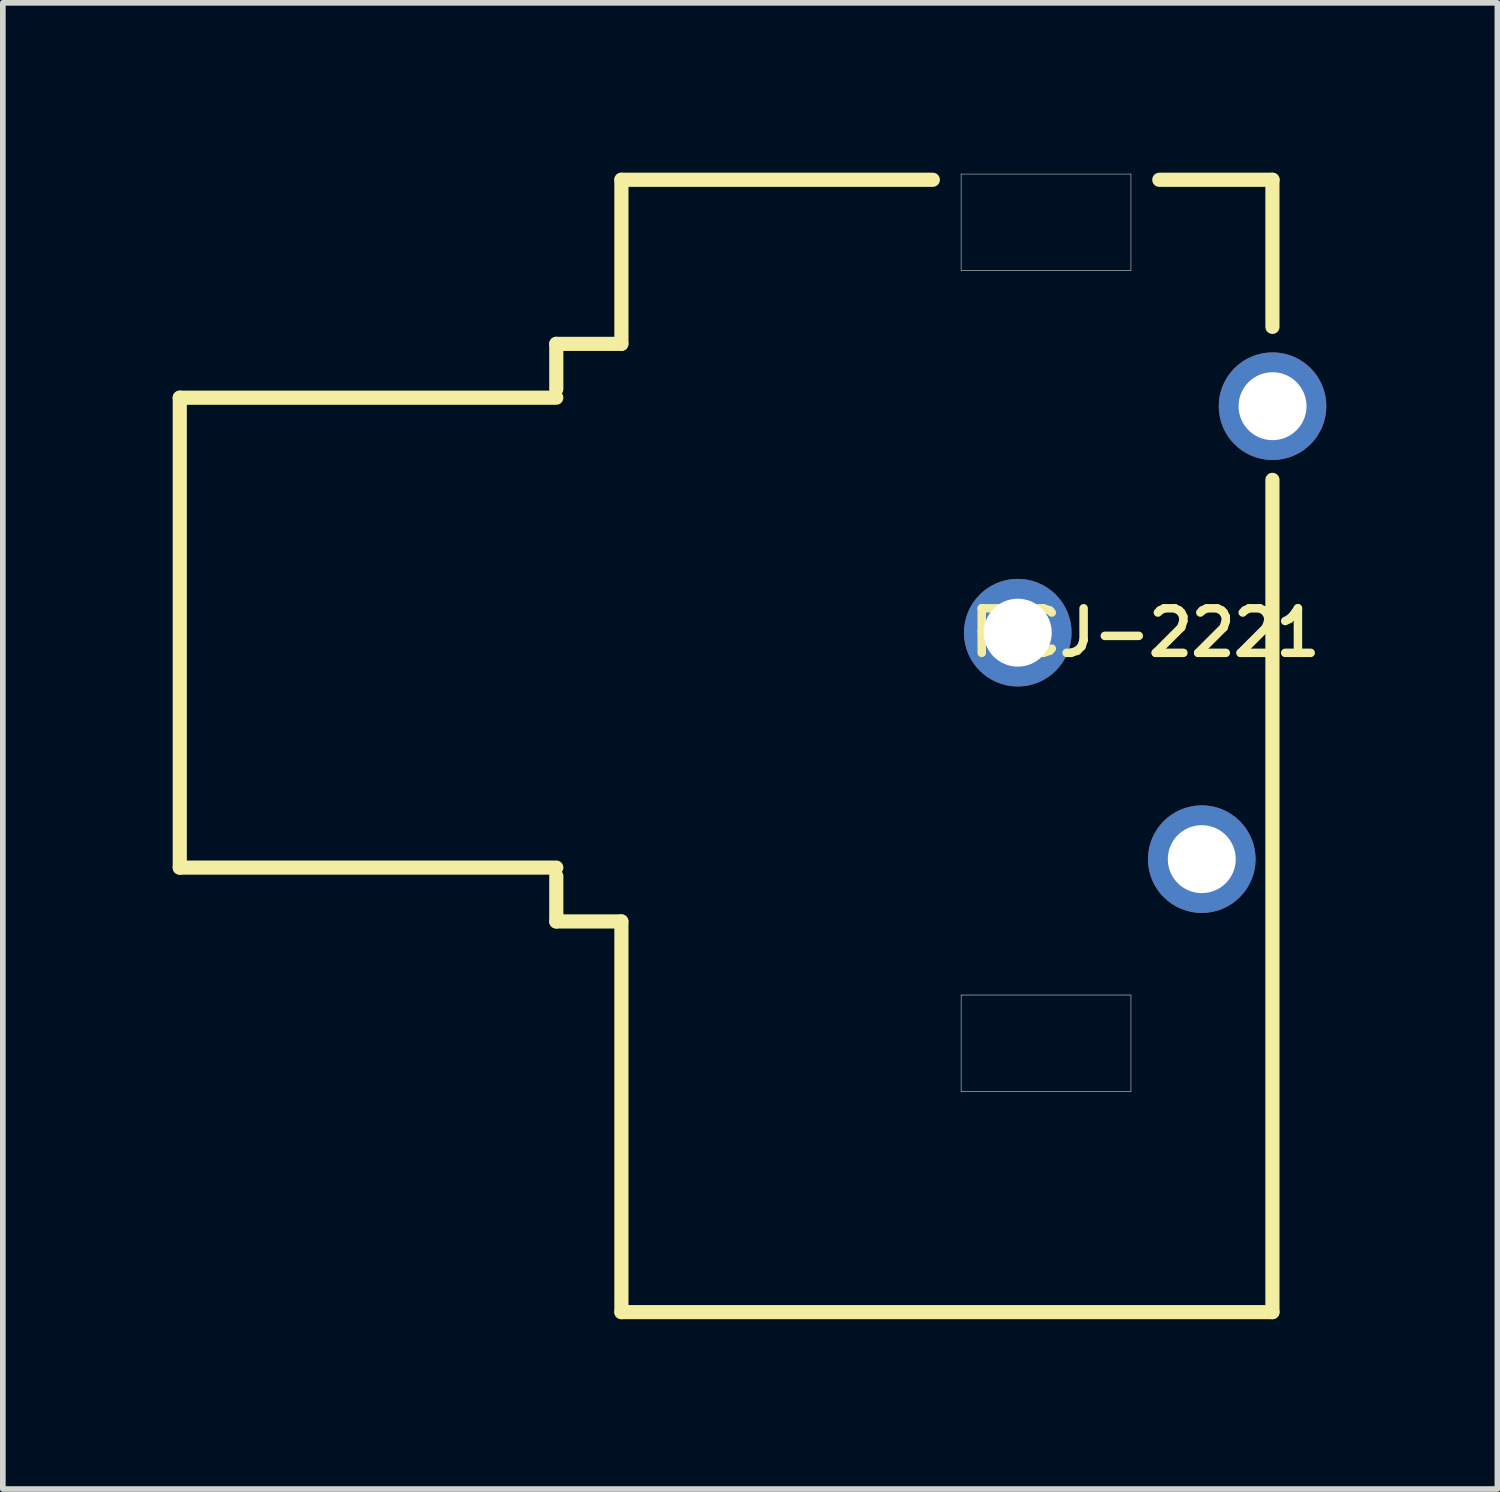
<source format=kicad_pcb>
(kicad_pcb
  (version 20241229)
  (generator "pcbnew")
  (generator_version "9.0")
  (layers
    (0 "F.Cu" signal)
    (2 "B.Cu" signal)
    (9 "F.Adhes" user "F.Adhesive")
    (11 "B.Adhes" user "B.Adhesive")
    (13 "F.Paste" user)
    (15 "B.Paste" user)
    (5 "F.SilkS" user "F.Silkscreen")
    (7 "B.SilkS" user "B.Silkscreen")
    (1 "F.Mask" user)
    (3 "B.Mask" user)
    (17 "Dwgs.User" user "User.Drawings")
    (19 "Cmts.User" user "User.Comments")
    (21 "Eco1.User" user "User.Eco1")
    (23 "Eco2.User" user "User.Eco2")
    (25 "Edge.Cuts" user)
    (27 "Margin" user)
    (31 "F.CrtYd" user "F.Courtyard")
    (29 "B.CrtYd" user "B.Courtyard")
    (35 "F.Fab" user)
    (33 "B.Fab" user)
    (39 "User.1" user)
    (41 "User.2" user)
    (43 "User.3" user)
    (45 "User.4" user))
  (footprint "RCJ-2221"
    (layer "F.Cu")
    (at 17.175 8.124)
    (property "Reference" "RCJ-2221" (at 0 0 0) (layer "F.SilkS") (effects (font (size 0.787 0.787) (thickness 0.15))))
    (attr through_hole)
    (fp_line (start -17.05 -4.15) (end -17.05 4.149) (stroke (width 0.25) (type solid)) (layer "F.SilkS"))
    (fp_line (start -17.05 4.149) (end -10.4 4.149) (stroke (width 0.25) (type solid)) (layer "F.SilkS"))
    (fp_line (start -10.4 -5.101) (end -10.4 -4.301) (stroke (width 0.25) (type solid)) (layer "F.SilkS"))
    (fp_line (start -10.4 -4.15) (end -17.05 -4.15) (stroke (width 0.25) (type solid)) (layer "F.SilkS"))
    (fp_line (start -10.4 5.1) (end -10.4 4.3) (stroke (width 0.25) (type solid)) (layer "F.SilkS"))
    (fp_line (start -9.252 -5.101) (end -10.4 -5.101) (stroke (width 0.25) (type solid)) (layer "F.SilkS"))
    (fp_line (start -9.252 5.1) (end -10.4 5.1) (stroke (width 0.25) (type solid)) (layer "F.SilkS"))
    (fp_line (start -9.25 -7.999) (end -9.25 -5.101) (stroke (width 0.25) (type solid)) (layer "F.SilkS"))
    (fp_line (start -9.25 12) (end -9.25 5.1) (stroke (width 0.25) (type solid)) (layer "F.SilkS"))
    (fp_line (start -3.75 -7.999) (end -9.25 -7.999) (stroke (width 0.25) (type solid)) (layer "F.SilkS"))
    (fp_line (start 0.25 -7.999) (end 2.25 -7.999) (stroke (width 0.25) (type solid)) (layer "F.SilkS"))
    (fp_line (start 2.248 -7.999) (end 2.248 -5.401) (stroke (width 0.25) (type solid)) (layer "F.SilkS"))
    (fp_line (start 2.248 -2.699) (end 2.248 12) (stroke (width 0.25) (type solid)) (layer "F.SilkS"))
    (fp_line (start 2.248 12) (end -9.25 12) (stroke (width 0.25) (type solid)) (layer "F.SilkS"))
    (fp_line (start -3.25 -8.1) (end -0.251 -8.1) (stroke (width 0.01) (type solid)) (layer "Edge.Cuts"))
    (fp_line (start -3.25 -6.4) (end -3.25 -8.1) (stroke (width 0.01) (type solid)) (layer "Edge.Cuts"))
    (fp_line (start -3.25 6.4) (end -3.25 8.101) (stroke (width 0.01) (type solid)) (layer "Edge.Cuts"))
    (fp_line (start -3.25 8.101) (end -0.251 8.101) (stroke (width 0.01) (type solid)) (layer "Edge.Cuts"))
    (fp_line (start -0.251 -8.1) (end -0.251 -6.4) (stroke (width 0.01) (type solid)) (layer "Edge.Cuts"))
    (fp_line (start -0.251 -6.4) (end -3.25 -6.4) (stroke (width 0.01) (type solid)) (layer "Edge.Cuts"))
    (fp_line (start -0.251 6.4) (end -3.25 6.4) (stroke (width 0.01) (type solid)) (layer "Edge.Cuts"))
    (fp_line (start -0.251 8.101) (end -0.251 6.4) (stroke (width 0.01) (type solid)) (layer "Edge.Cuts"))
    (pad "1" thru_hole circle (at -2.25 0) (size 1.9 1.9) (drill 1.2) (layers "*.Cu" "*.Mask"))
    (pad "2" thru_hole circle (at 1 4) (size 1.9 1.9) (drill 1.2) (layers "*.Cu" "*.Mask"))
    (pad "3" thru_hole circle (at 2.25 -4) (size 1.9 1.9) (drill 1.2) (layers "*.Cu" "*.Mask")))
  (gr_rect
    (start -3 -3)
    (end 23.396 23.249)
    (stroke (width 0.1) (type default))
    (fill no)
    (layer "Edge.Cuts")))
</source>
